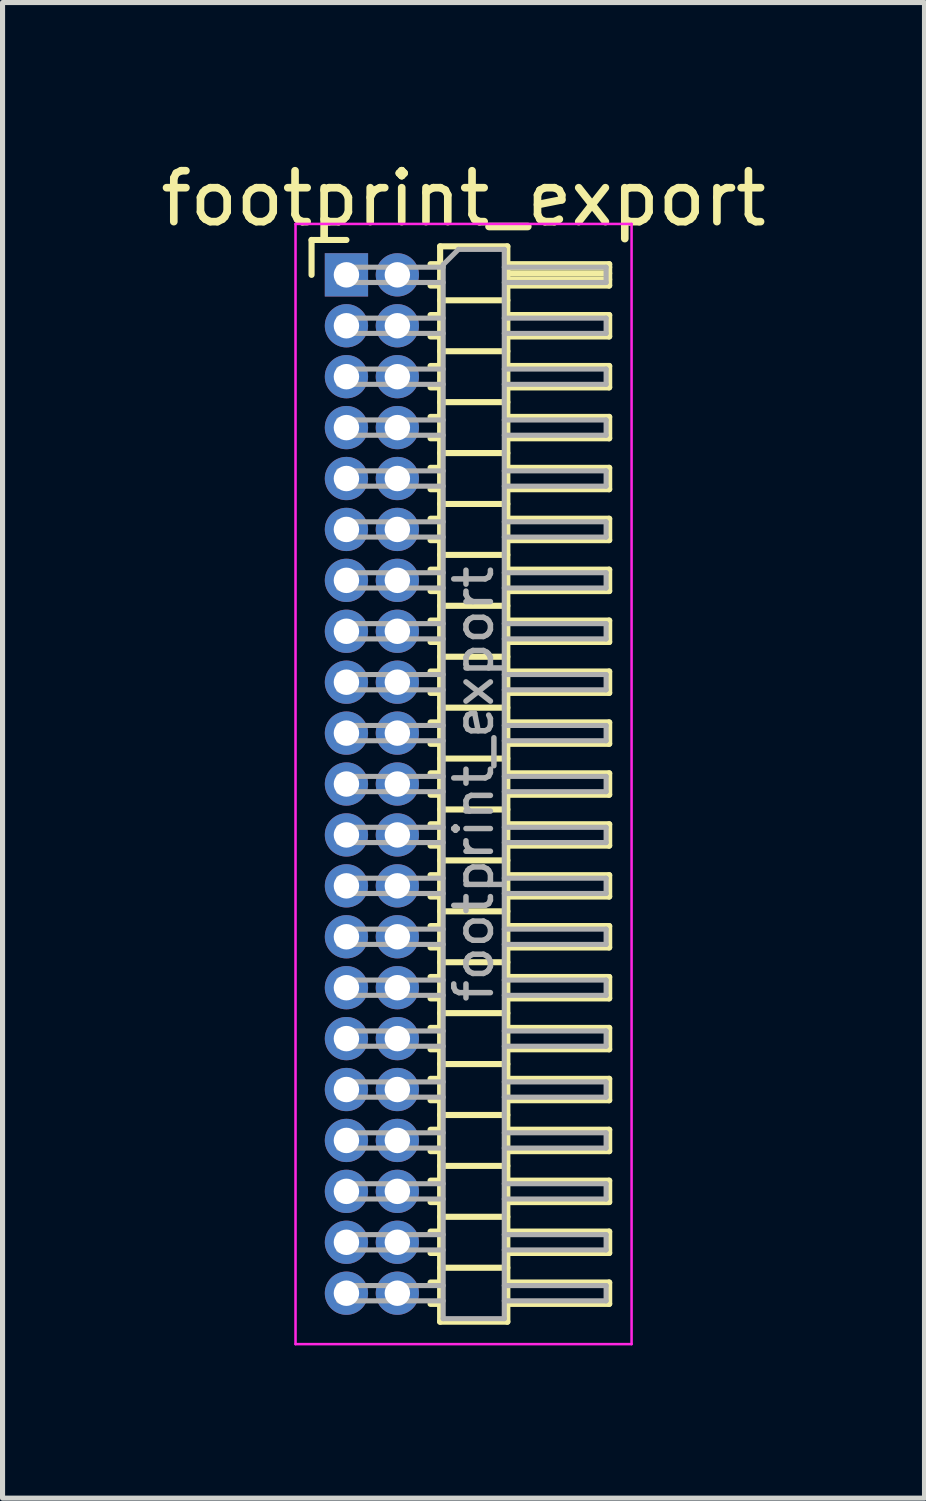
<source format=kicad_pcb>
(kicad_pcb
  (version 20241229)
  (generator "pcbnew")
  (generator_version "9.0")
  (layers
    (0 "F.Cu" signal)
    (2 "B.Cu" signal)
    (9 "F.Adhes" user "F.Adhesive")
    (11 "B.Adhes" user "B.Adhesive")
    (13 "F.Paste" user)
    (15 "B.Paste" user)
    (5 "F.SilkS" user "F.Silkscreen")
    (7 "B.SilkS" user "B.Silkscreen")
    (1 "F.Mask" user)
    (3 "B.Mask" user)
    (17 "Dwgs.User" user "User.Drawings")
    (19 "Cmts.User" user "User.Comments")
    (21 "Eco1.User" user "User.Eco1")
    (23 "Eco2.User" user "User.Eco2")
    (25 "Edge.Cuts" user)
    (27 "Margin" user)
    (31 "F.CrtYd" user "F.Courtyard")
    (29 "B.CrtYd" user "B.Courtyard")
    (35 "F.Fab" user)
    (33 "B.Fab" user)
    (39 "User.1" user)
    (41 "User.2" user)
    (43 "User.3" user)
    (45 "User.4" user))
  (footprint "footprint_export"
    (layer "F.Cu")
    (at 3.754 2.348)
    (property "Reference" "footprint_export" (at 2.3 -1.5 0) (layer "F.SilkS") (effects (font (size 1 1) (thickness 0.15))))
    (attr through_hole)
    (fp_line (start -0.685 -0.685) (end 0 -0.685) (stroke (width 0.12) (type solid)) (layer "F.SilkS"))
    (fp_line (start -0.685 0) (end -0.685 -0.685) (stroke (width 0.12) (type solid)) (layer "F.SilkS"))
    (fp_line (start 1.652 -0.21) (end 1.84 -0.21) (stroke (width 0.12) (type solid)) (layer "F.SilkS"))
    (fp_line (start 1.652 0.21) (end 1.84 0.21) (stroke (width 0.12) (type solid)) (layer "F.SilkS"))
    (fp_line (start 1.652 0.79) (end 1.84 0.79) (stroke (width 0.12) (type solid)) (layer "F.SilkS"))
    (fp_line (start 1.652 1.21) (end 1.84 1.21) (stroke (width 0.12) (type solid)) (layer "F.SilkS"))
    (fp_line (start 1.652 1.79) (end 1.84 1.79) (stroke (width 0.12) (type solid)) (layer "F.SilkS"))
    (fp_line (start 1.652 2.21) (end 1.84 2.21) (stroke (width 0.12) (type solid)) (layer "F.SilkS"))
    (fp_line (start 1.652 2.79) (end 1.84 2.79) (stroke (width 0.12) (type solid)) (layer "F.SilkS"))
    (fp_line (start 1.652 3.21) (end 1.84 3.21) (stroke (width 0.12) (type solid)) (layer "F.SilkS"))
    (fp_line (start 1.652 3.79) (end 1.84 3.79) (stroke (width 0.12) (type solid)) (layer "F.SilkS"))
    (fp_line (start 1.652 4.21) (end 1.84 4.21) (stroke (width 0.12) (type solid)) (layer "F.SilkS"))
    (fp_line (start 1.652 4.79) (end 1.84 4.79) (stroke (width 0.12) (type solid)) (layer "F.SilkS"))
    (fp_line (start 1.652 5.21) (end 1.84 5.21) (stroke (width 0.12) (type solid)) (layer "F.SilkS"))
    (fp_line (start 1.652 5.79) (end 1.84 5.79) (stroke (width 0.12) (type solid)) (layer "F.SilkS"))
    (fp_line (start 1.652 6.21) (end 1.84 6.21) (stroke (width 0.12) (type solid)) (layer "F.SilkS"))
    (fp_line (start 1.652 6.79) (end 1.84 6.79) (stroke (width 0.12) (type solid)) (layer "F.SilkS"))
    (fp_line (start 1.652 7.21) (end 1.84 7.21) (stroke (width 0.12) (type solid)) (layer "F.SilkS"))
    (fp_line (start 1.652 7.79) (end 1.84 7.79) (stroke (width 0.12) (type solid)) (layer "F.SilkS"))
    (fp_line (start 1.652 8.21) (end 1.84 8.21) (stroke (width 0.12) (type solid)) (layer "F.SilkS"))
    (fp_line (start 1.652 8.79) (end 1.84 8.79) (stroke (width 0.12) (type solid)) (layer "F.SilkS"))
    (fp_line (start 1.652 9.21) (end 1.84 9.21) (stroke (width 0.12) (type solid)) (layer "F.SilkS"))
    (fp_line (start 1.652 9.79) (end 1.84 9.79) (stroke (width 0.12) (type solid)) (layer "F.SilkS"))
    (fp_line (start 1.652 10.21) (end 1.84 10.21) (stroke (width 0.12) (type solid)) (layer "F.SilkS"))
    (fp_line (start 1.652 10.79) (end 1.84 10.79) (stroke (width 0.12) (type solid)) (layer "F.SilkS"))
    (fp_line (start 1.652 11.21) (end 1.84 11.21) (stroke (width 0.12) (type solid)) (layer "F.SilkS"))
    (fp_line (start 1.652 11.79) (end 1.84 11.79) (stroke (width 0.12) (type solid)) (layer "F.SilkS"))
    (fp_line (start 1.652 12.21) (end 1.84 12.21) (stroke (width 0.12) (type solid)) (layer "F.SilkS"))
    (fp_line (start 1.652 12.79) (end 1.84 12.79) (stroke (width 0.12) (type solid)) (layer "F.SilkS"))
    (fp_line (start 1.652 13.21) (end 1.84 13.21) (stroke (width 0.12) (type solid)) (layer "F.SilkS"))
    (fp_line (start 1.652 13.79) (end 1.84 13.79) (stroke (width 0.12) (type solid)) (layer "F.SilkS"))
    (fp_line (start 1.652 14.21) (end 1.84 14.21) (stroke (width 0.12) (type solid)) (layer "F.SilkS"))
    (fp_line (start 1.652 14.79) (end 1.84 14.79) (stroke (width 0.12) (type solid)) (layer "F.SilkS"))
    (fp_line (start 1.652 15.21) (end 1.84 15.21) (stroke (width 0.12) (type solid)) (layer "F.SilkS"))
    (fp_line (start 1.652 15.79) (end 1.84 15.79) (stroke (width 0.12) (type solid)) (layer "F.SilkS"))
    (fp_line (start 1.652 16.21) (end 1.84 16.21) (stroke (width 0.12) (type solid)) (layer "F.SilkS"))
    (fp_line (start 1.652 16.79) (end 1.84 16.79) (stroke (width 0.12) (type solid)) (layer "F.SilkS"))
    (fp_line (start 1.652 17.21) (end 1.84 17.21) (stroke (width 0.12) (type solid)) (layer "F.SilkS"))
    (fp_line (start 1.652 17.79) (end 1.84 17.79) (stroke (width 0.12) (type solid)) (layer "F.SilkS"))
    (fp_line (start 1.652 18.21) (end 1.84 18.21) (stroke (width 0.12) (type solid)) (layer "F.SilkS"))
    (fp_line (start 1.652 18.79) (end 1.84 18.79) (stroke (width 0.12) (type solid)) (layer "F.SilkS"))
    (fp_line (start 1.652 19.21) (end 1.84 19.21) (stroke (width 0.12) (type solid)) (layer "F.SilkS"))
    (fp_line (start 1.652 19.79) (end 1.84 19.79) (stroke (width 0.12) (type solid)) (layer "F.SilkS"))
    (fp_line (start 1.652 20.21) (end 1.84 20.21) (stroke (width 0.12) (type solid)) (layer "F.SilkS"))
    (fp_line (start 1.84 -0.56) (end 1.84 20.56) (stroke (width 0.12) (type solid)) (layer "F.SilkS"))
    (fp_line (start 1.84 0.5) (end 3.16 0.5) (stroke (width 0.12) (type solid)) (layer "F.SilkS"))
    (fp_line (start 1.84 1.5) (end 3.16 1.5) (stroke (width 0.12) (type solid)) (layer "F.SilkS"))
    (fp_line (start 1.84 2.5) (end 3.16 2.5) (stroke (width 0.12) (type solid)) (layer "F.SilkS"))
    (fp_line (start 1.84 3.5) (end 3.16 3.5) (stroke (width 0.12) (type solid)) (layer "F.SilkS"))
    (fp_line (start 1.84 4.5) (end 3.16 4.5) (stroke (width 0.12) (type solid)) (layer "F.SilkS"))
    (fp_line (start 1.84 5.5) (end 3.16 5.5) (stroke (width 0.12) (type solid)) (layer "F.SilkS"))
    (fp_line (start 1.84 6.5) (end 3.16 6.5) (stroke (width 0.12) (type solid)) (layer "F.SilkS"))
    (fp_line (start 1.84 7.5) (end 3.16 7.5) (stroke (width 0.12) (type solid)) (layer "F.SilkS"))
    (fp_line (start 1.84 8.5) (end 3.16 8.5) (stroke (width 0.12) (type solid)) (layer "F.SilkS"))
    (fp_line (start 1.84 9.5) (end 3.16 9.5) (stroke (width 0.12) (type solid)) (layer "F.SilkS"))
    (fp_line (start 1.84 10.5) (end 3.16 10.5) (stroke (width 0.12) (type solid)) (layer "F.SilkS"))
    (fp_line (start 1.84 11.5) (end 3.16 11.5) (stroke (width 0.12) (type solid)) (layer "F.SilkS"))
    (fp_line (start 1.84 12.5) (end 3.16 12.5) (stroke (width 0.12) (type solid)) (layer "F.SilkS"))
    (fp_line (start 1.84 13.5) (end 3.16 13.5) (stroke (width 0.12) (type solid)) (layer "F.SilkS"))
    (fp_line (start 1.84 14.5) (end 3.16 14.5) (stroke (width 0.12) (type solid)) (layer "F.SilkS"))
    (fp_line (start 1.84 15.5) (end 3.16 15.5) (stroke (width 0.12) (type solid)) (layer "F.SilkS"))
    (fp_line (start 1.84 16.5) (end 3.16 16.5) (stroke (width 0.12) (type solid)) (layer "F.SilkS"))
    (fp_line (start 1.84 17.5) (end 3.16 17.5) (stroke (width 0.12) (type solid)) (layer "F.SilkS"))
    (fp_line (start 1.84 18.5) (end 3.16 18.5) (stroke (width 0.12) (type solid)) (layer "F.SilkS"))
    (fp_line (start 1.84 19.5) (end 3.16 19.5) (stroke (width 0.12) (type solid)) (layer "F.SilkS"))
    (fp_line (start 1.84 20.56) (end 3.16 20.56) (stroke (width 0.12) (type solid)) (layer "F.SilkS"))
    (fp_line (start 3.16 -0.56) (end 1.84 -0.56) (stroke (width 0.12) (type solid)) (layer "F.SilkS"))
    (fp_line (start 3.16 -0.21) (end 5.16 -0.21) (stroke (width 0.12) (type solid)) (layer "F.SilkS"))
    (fp_line (start 3.16 -0.15) (end 5.16 -0.15) (stroke (width 0.12) (type solid)) (layer "F.SilkS"))
    (fp_line (start 3.16 -0.03) (end 5.16 -0.03) (stroke (width 0.12) (type solid)) (layer "F.SilkS"))
    (fp_line (start 3.16 0.09) (end 5.16 0.09) (stroke (width 0.12) (type solid)) (layer "F.SilkS"))
    (fp_line (start 3.16 0.79) (end 5.16 0.79) (stroke (width 0.12) (type solid)) (layer "F.SilkS"))
    (fp_line (start 3.16 1.79) (end 5.16 1.79) (stroke (width 0.12) (type solid)) (layer "F.SilkS"))
    (fp_line (start 3.16 2.79) (end 5.16 2.79) (stroke (width 0.12) (type solid)) (layer "F.SilkS"))
    (fp_line (start 3.16 3.79) (end 5.16 3.79) (stroke (width 0.12) (type solid)) (layer "F.SilkS"))
    (fp_line (start 3.16 4.79) (end 5.16 4.79) (stroke (width 0.12) (type solid)) (layer "F.SilkS"))
    (fp_line (start 3.16 5.79) (end 5.16 5.79) (stroke (width 0.12) (type solid)) (layer "F.SilkS"))
    (fp_line (start 3.16 6.79) (end 5.16 6.79) (stroke (width 0.12) (type solid)) (layer "F.SilkS"))
    (fp_line (start 3.16 7.79) (end 5.16 7.79) (stroke (width 0.12) (type solid)) (layer "F.SilkS"))
    (fp_line (start 3.16 8.79) (end 5.16 8.79) (stroke (width 0.12) (type solid)) (layer "F.SilkS"))
    (fp_line (start 3.16 9.79) (end 5.16 9.79) (stroke (width 0.12) (type solid)) (layer "F.SilkS"))
    (fp_line (start 3.16 10.79) (end 5.16 10.79) (stroke (width 0.12) (type solid)) (layer "F.SilkS"))
    (fp_line (start 3.16 11.79) (end 5.16 11.79) (stroke (width 0.12) (type solid)) (layer "F.SilkS"))
    (fp_line (start 3.16 12.79) (end 5.16 12.79) (stroke (width 0.12) (type solid)) (layer "F.SilkS"))
    (fp_line (start 3.16 13.79) (end 5.16 13.79) (stroke (width 0.12) (type solid)) (layer "F.SilkS"))
    (fp_line (start 3.16 14.79) (end 5.16 14.79) (stroke (width 0.12) (type solid)) (layer "F.SilkS"))
    (fp_line (start 3.16 15.79) (end 5.16 15.79) (stroke (width 0.12) (type solid)) (layer "F.SilkS"))
    (fp_line (start 3.16 16.79) (end 5.16 16.79) (stroke (width 0.12) (type solid)) (layer "F.SilkS"))
    (fp_line (start 3.16 17.79) (end 5.16 17.79) (stroke (width 0.12) (type solid)) (layer "F.SilkS"))
    (fp_line (start 3.16 18.79) (end 5.16 18.79) (stroke (width 0.12) (type solid)) (layer "F.SilkS"))
    (fp_line (start 3.16 19.79) (end 5.16 19.79) (stroke (width 0.12) (type solid)) (layer "F.SilkS"))
    (fp_line (start 3.16 20.56) (end 3.16 -0.56) (stroke (width 0.12) (type solid)) (layer "F.SilkS"))
    (fp_line (start 5.16 -0.21) (end 5.16 0.21) (stroke (width 0.12) (type solid)) (layer "F.SilkS"))
    (fp_line (start 5.16 0.21) (end 3.16 0.21) (stroke (width 0.12) (type solid)) (layer "F.SilkS"))
    (fp_line (start 5.16 0.79) (end 5.16 1.21) (stroke (width 0.12) (type solid)) (layer "F.SilkS"))
    (fp_line (start 5.16 1.21) (end 3.16 1.21) (stroke (width 0.12) (type solid)) (layer "F.SilkS"))
    (fp_line (start 5.16 1.79) (end 5.16 2.21) (stroke (width 0.12) (type solid)) (layer "F.SilkS"))
    (fp_line (start 5.16 2.21) (end 3.16 2.21) (stroke (width 0.12) (type solid)) (layer "F.SilkS"))
    (fp_line (start 5.16 2.79) (end 5.16 3.21) (stroke (width 0.12) (type solid)) (layer "F.SilkS"))
    (fp_line (start 5.16 3.21) (end 3.16 3.21) (stroke (width 0.12) (type solid)) (layer "F.SilkS"))
    (fp_line (start 5.16 3.79) (end 5.16 4.21) (stroke (width 0.12) (type solid)) (layer "F.SilkS"))
    (fp_line (start 5.16 4.21) (end 3.16 4.21) (stroke (width 0.12) (type solid)) (layer "F.SilkS"))
    (fp_line (start 5.16 4.79) (end 5.16 5.21) (stroke (width 0.12) (type solid)) (layer "F.SilkS"))
    (fp_line (start 5.16 5.21) (end 3.16 5.21) (stroke (width 0.12) (type solid)) (layer "F.SilkS"))
    (fp_line (start 5.16 5.79) (end 5.16 6.21) (stroke (width 0.12) (type solid)) (layer "F.SilkS"))
    (fp_line (start 5.16 6.21) (end 3.16 6.21) (stroke (width 0.12) (type solid)) (layer "F.SilkS"))
    (fp_line (start 5.16 6.79) (end 5.16 7.21) (stroke (width 0.12) (type solid)) (layer "F.SilkS"))
    (fp_line (start 5.16 7.21) (end 3.16 7.21) (stroke (width 0.12) (type solid)) (layer "F.SilkS"))
    (fp_line (start 5.16 7.79) (end 5.16 8.21) (stroke (width 0.12) (type solid)) (layer "F.SilkS"))
    (fp_line (start 5.16 8.21) (end 3.16 8.21) (stroke (width 0.12) (type solid)) (layer "F.SilkS"))
    (fp_line (start 5.16 8.79) (end 5.16 9.21) (stroke (width 0.12) (type solid)) (layer "F.SilkS"))
    (fp_line (start 5.16 9.21) (end 3.16 9.21) (stroke (width 0.12) (type solid)) (layer "F.SilkS"))
    (fp_line (start 5.16 9.79) (end 5.16 10.21) (stroke (width 0.12) (type solid)) (layer "F.SilkS"))
    (fp_line (start 5.16 10.21) (end 3.16 10.21) (stroke (width 0.12) (type solid)) (layer "F.SilkS"))
    (fp_line (start 5.16 10.79) (end 5.16 11.21) (stroke (width 0.12) (type solid)) (layer "F.SilkS"))
    (fp_line (start 5.16 11.21) (end 3.16 11.21) (stroke (width 0.12) (type solid)) (layer "F.SilkS"))
    (fp_line (start 5.16 11.79) (end 5.16 12.21) (stroke (width 0.12) (type solid)) (layer "F.SilkS"))
    (fp_line (start 5.16 12.21) (end 3.16 12.21) (stroke (width 0.12) (type solid)) (layer "F.SilkS"))
    (fp_line (start 5.16 12.79) (end 5.16 13.21) (stroke (width 0.12) (type solid)) (layer "F.SilkS"))
    (fp_line (start 5.16 13.21) (end 3.16 13.21) (stroke (width 0.12) (type solid)) (layer "F.SilkS"))
    (fp_line (start 5.16 13.79) (end 5.16 14.21) (stroke (width 0.12) (type solid)) (layer "F.SilkS"))
    (fp_line (start 5.16 14.21) (end 3.16 14.21) (stroke (width 0.12) (type solid)) (layer "F.SilkS"))
    (fp_line (start 5.16 14.79) (end 5.16 15.21) (stroke (width 0.12) (type solid)) (layer "F.SilkS"))
    (fp_line (start 5.16 15.21) (end 3.16 15.21) (stroke (width 0.12) (type solid)) (layer "F.SilkS"))
    (fp_line (start 5.16 15.79) (end 5.16 16.21) (stroke (width 0.12) (type solid)) (layer "F.SilkS"))
    (fp_line (start 5.16 16.21) (end 3.16 16.21) (stroke (width 0.12) (type solid)) (layer "F.SilkS"))
    (fp_line (start 5.16 16.79) (end 5.16 17.21) (stroke (width 0.12) (type solid)) (layer "F.SilkS"))
    (fp_line (start 5.16 17.21) (end 3.16 17.21) (stroke (width 0.12) (type solid)) (layer "F.SilkS"))
    (fp_line (start 5.16 17.79) (end 5.16 18.21) (stroke (width 0.12) (type solid)) (layer "F.SilkS"))
    (fp_line (start 5.16 18.21) (end 3.16 18.21) (stroke (width 0.12) (type solid)) (layer "F.SilkS"))
    (fp_line (start 5.16 18.79) (end 5.16 19.21) (stroke (width 0.12) (type solid)) (layer "F.SilkS"))
    (fp_line (start 5.16 19.21) (end 3.16 19.21) (stroke (width 0.12) (type solid)) (layer "F.SilkS"))
    (fp_line (start 5.16 19.79) (end 5.16 20.21) (stroke (width 0.12) (type solid)) (layer "F.SilkS"))
    (fp_line (start 5.16 20.21) (end 3.16 20.21) (stroke (width 0.12) (type solid)) (layer "F.SilkS"))
    (fp_line (start -1 -1) (end -1 21) (stroke (width 0.05) (type solid)) (layer "F.CrtYd"))
    (fp_line (start -1 21) (end 5.6 21) (stroke (width 0.05) (type solid)) (layer "F.CrtYd"))
    (fp_line (start 5.6 -1) (end -1 -1) (stroke (width 0.05) (type solid)) (layer "F.CrtYd"))
    (fp_line (start 5.6 21) (end 5.6 -1) (stroke (width 0.05) (type solid)) (layer "F.CrtYd"))
    (fp_line (start -0.15 -0.15) (end -0.15 0.15) (stroke (width 0.1) (type solid)) (layer "F.Fab"))
    (fp_line (start -0.15 -0.15) (end 1.9 -0.15) (stroke (width 0.1) (type solid)) (layer "F.Fab"))
    (fp_line (start -0.15 0.15) (end 1.9 0.15) (stroke (width 0.1) (type solid)) (layer "F.Fab"))
    (fp_line (start -0.15 0.85) (end -0.15 1.15) (stroke (width 0.1) (type solid)) (layer "F.Fab"))
    (fp_line (start -0.15 0.85) (end 1.9 0.85) (stroke (width 0.1) (type solid)) (layer "F.Fab"))
    (fp_line (start -0.15 1.15) (end 1.9 1.15) (stroke (width 0.1) (type solid)) (layer "F.Fab"))
    (fp_line (start -0.15 1.85) (end -0.15 2.15) (stroke (width 0.1) (type solid)) (layer "F.Fab"))
    (fp_line (start -0.15 1.85) (end 1.9 1.85) (stroke (width 0.1) (type solid)) (layer "F.Fab"))
    (fp_line (start -0.15 2.15) (end 1.9 2.15) (stroke (width 0.1) (type solid)) (layer "F.Fab"))
    (fp_line (start -0.15 2.85) (end -0.15 3.15) (stroke (width 0.1) (type solid)) (layer "F.Fab"))
    (fp_line (start -0.15 2.85) (end 1.9 2.85) (stroke (width 0.1) (type solid)) (layer "F.Fab"))
    (fp_line (start -0.15 3.15) (end 1.9 3.15) (stroke (width 0.1) (type solid)) (layer "F.Fab"))
    (fp_line (start -0.15 3.85) (end -0.15 4.15) (stroke (width 0.1) (type solid)) (layer "F.Fab"))
    (fp_line (start -0.15 3.85) (end 1.9 3.85) (stroke (width 0.1) (type solid)) (layer "F.Fab"))
    (fp_line (start -0.15 4.15) (end 1.9 4.15) (stroke (width 0.1) (type solid)) (layer "F.Fab"))
    (fp_line (start -0.15 4.85) (end -0.15 5.15) (stroke (width 0.1) (type solid)) (layer "F.Fab"))
    (fp_line (start -0.15 4.85) (end 1.9 4.85) (stroke (width 0.1) (type solid)) (layer "F.Fab"))
    (fp_line (start -0.15 5.15) (end 1.9 5.15) (stroke (width 0.1) (type solid)) (layer "F.Fab"))
    (fp_line (start -0.15 5.85) (end -0.15 6.15) (stroke (width 0.1) (type solid)) (layer "F.Fab"))
    (fp_line (start -0.15 5.85) (end 1.9 5.85) (stroke (width 0.1) (type solid)) (layer "F.Fab"))
    (fp_line (start -0.15 6.15) (end 1.9 6.15) (stroke (width 0.1) (type solid)) (layer "F.Fab"))
    (fp_line (start -0.15 6.85) (end -0.15 7.15) (stroke (width 0.1) (type solid)) (layer "F.Fab"))
    (fp_line (start -0.15 6.85) (end 1.9 6.85) (stroke (width 0.1) (type solid)) (layer "F.Fab"))
    (fp_line (start -0.15 7.15) (end 1.9 7.15) (stroke (width 0.1) (type solid)) (layer "F.Fab"))
    (fp_line (start -0.15 7.85) (end -0.15 8.15) (stroke (width 0.1) (type solid)) (layer "F.Fab"))
    (fp_line (start -0.15 7.85) (end 1.9 7.85) (stroke (width 0.1) (type solid)) (layer "F.Fab"))
    (fp_line (start -0.15 8.15) (end 1.9 8.15) (stroke (width 0.1) (type solid)) (layer "F.Fab"))
    (fp_line (start -0.15 8.85) (end -0.15 9.15) (stroke (width 0.1) (type solid)) (layer "F.Fab"))
    (fp_line (start -0.15 8.85) (end 1.9 8.85) (stroke (width 0.1) (type solid)) (layer "F.Fab"))
    (fp_line (start -0.15 9.15) (end 1.9 9.15) (stroke (width 0.1) (type solid)) (layer "F.Fab"))
    (fp_line (start -0.15 9.85) (end -0.15 10.15) (stroke (width 0.1) (type solid)) (layer "F.Fab"))
    (fp_line (start -0.15 9.85) (end 1.9 9.85) (stroke (width 0.1) (type solid)) (layer "F.Fab"))
    (fp_line (start -0.15 10.15) (end 1.9 10.15) (stroke (width 0.1) (type solid)) (layer "F.Fab"))
    (fp_line (start -0.15 10.85) (end -0.15 11.15) (stroke (width 0.1) (type solid)) (layer "F.Fab"))
    (fp_line (start -0.15 10.85) (end 1.9 10.85) (stroke (width 0.1) (type solid)) (layer "F.Fab"))
    (fp_line (start -0.15 11.15) (end 1.9 11.15) (stroke (width 0.1) (type solid)) (layer "F.Fab"))
    (fp_line (start -0.15 11.85) (end -0.15 12.15) (stroke (width 0.1) (type solid)) (layer "F.Fab"))
    (fp_line (start -0.15 11.85) (end 1.9 11.85) (stroke (width 0.1) (type solid)) (layer "F.Fab"))
    (fp_line (start -0.15 12.15) (end 1.9 12.15) (stroke (width 0.1) (type solid)) (layer "F.Fab"))
    (fp_line (start -0.15 12.85) (end -0.15 13.15) (stroke (width 0.1) (type solid)) (layer "F.Fab"))
    (fp_line (start -0.15 12.85) (end 1.9 12.85) (stroke (width 0.1) (type solid)) (layer "F.Fab"))
    (fp_line (start -0.15 13.15) (end 1.9 13.15) (stroke (width 0.1) (type solid)) (layer "F.Fab"))
    (fp_line (start -0.15 13.85) (end -0.15 14.15) (stroke (width 0.1) (type solid)) (layer "F.Fab"))
    (fp_line (start -0.15 13.85) (end 1.9 13.85) (stroke (width 0.1) (type solid)) (layer "F.Fab"))
    (fp_line (start -0.15 14.15) (end 1.9 14.15) (stroke (width 0.1) (type solid)) (layer "F.Fab"))
    (fp_line (start -0.15 14.85) (end -0.15 15.15) (stroke (width 0.1) (type solid)) (layer "F.Fab"))
    (fp_line (start -0.15 14.85) (end 1.9 14.85) (stroke (width 0.1) (type solid)) (layer "F.Fab"))
    (fp_line (start -0.15 15.15) (end 1.9 15.15) (stroke (width 0.1) (type solid)) (layer "F.Fab"))
    (fp_line (start -0.15 15.85) (end -0.15 16.15) (stroke (width 0.1) (type solid)) (layer "F.Fab"))
    (fp_line (start -0.15 15.85) (end 1.9 15.85) (stroke (width 0.1) (type solid)) (layer "F.Fab"))
    (fp_line (start -0.15 16.15) (end 1.9 16.15) (stroke (width 0.1) (type solid)) (layer "F.Fab"))
    (fp_line (start -0.15 16.85) (end -0.15 17.15) (stroke (width 0.1) (type solid)) (layer "F.Fab"))
    (fp_line (start -0.15 16.85) (end 1.9 16.85) (stroke (width 0.1) (type solid)) (layer "F.Fab"))
    (fp_line (start -0.15 17.15) (end 1.9 17.15) (stroke (width 0.1) (type solid)) (layer "F.Fab"))
    (fp_line (start -0.15 17.85) (end -0.15 18.15) (stroke (width 0.1) (type solid)) (layer "F.Fab"))
    (fp_line (start -0.15 17.85) (end 1.9 17.85) (stroke (width 0.1) (type solid)) (layer "F.Fab"))
    (fp_line (start -0.15 18.15) (end 1.9 18.15) (stroke (width 0.1) (type solid)) (layer "F.Fab"))
    (fp_line (start -0.15 18.85) (end -0.15 19.15) (stroke (width 0.1) (type solid)) (layer "F.Fab"))
    (fp_line (start -0.15 18.85) (end 1.9 18.85) (stroke (width 0.1) (type solid)) (layer "F.Fab"))
    (fp_line (start -0.15 19.15) (end 1.9 19.15) (stroke (width 0.1) (type solid)) (layer "F.Fab"))
    (fp_line (start -0.15 19.85) (end -0.15 20.15) (stroke (width 0.1) (type solid)) (layer "F.Fab"))
    (fp_line (start -0.15 19.85) (end 1.9 19.85) (stroke (width 0.1) (type solid)) (layer "F.Fab"))
    (fp_line (start -0.15 20.15) (end 1.9 20.15) (stroke (width 0.1) (type solid)) (layer "F.Fab"))
    (fp_line (start 1.9 -0.2) (end 2.2 -0.5) (stroke (width 0.1) (type solid)) (layer "F.Fab"))
    (fp_line (start 1.9 20.5) (end 1.9 -0.2) (stroke (width 0.1) (type solid)) (layer "F.Fab"))
    (fp_line (start 2.2 -0.5) (end 3.1 -0.5) (stroke (width 0.1) (type solid)) (layer "F.Fab"))
    (fp_line (start 3.1 -0.5) (end 3.1 20.5) (stroke (width 0.1) (type solid)) (layer "F.Fab"))
    (fp_line (start 3.1 -0.15) (end 5.1 -0.15) (stroke (width 0.1) (type solid)) (layer "F.Fab"))
    (fp_line (start 3.1 0.15) (end 5.1 0.15) (stroke (width 0.1) (type solid)) (layer "F.Fab"))
    (fp_line (start 3.1 0.85) (end 5.1 0.85) (stroke (width 0.1) (type solid)) (layer "F.Fab"))
    (fp_line (start 3.1 1.15) (end 5.1 1.15) (stroke (width 0.1) (type solid)) (layer "F.Fab"))
    (fp_line (start 3.1 1.85) (end 5.1 1.85) (stroke (width 0.1) (type solid)) (layer "F.Fab"))
    (fp_line (start 3.1 2.15) (end 5.1 2.15) (stroke (width 0.1) (type solid)) (layer "F.Fab"))
    (fp_line (start 3.1 2.85) (end 5.1 2.85) (stroke (width 0.1) (type solid)) (layer "F.Fab"))
    (fp_line (start 3.1 3.15) (end 5.1 3.15) (stroke (width 0.1) (type solid)) (layer "F.Fab"))
    (fp_line (start 3.1 3.85) (end 5.1 3.85) (stroke (width 0.1) (type solid)) (layer "F.Fab"))
    (fp_line (start 3.1 4.15) (end 5.1 4.15) (stroke (width 0.1) (type solid)) (layer "F.Fab"))
    (fp_line (start 3.1 4.85) (end 5.1 4.85) (stroke (width 0.1) (type solid)) (layer "F.Fab"))
    (fp_line (start 3.1 5.15) (end 5.1 5.15) (stroke (width 0.1) (type solid)) (layer "F.Fab"))
    (fp_line (start 3.1 5.85) (end 5.1 5.85) (stroke (width 0.1) (type solid)) (layer "F.Fab"))
    (fp_line (start 3.1 6.15) (end 5.1 6.15) (stroke (width 0.1) (type solid)) (layer "F.Fab"))
    (fp_line (start 3.1 6.85) (end 5.1 6.85) (stroke (width 0.1) (type solid)) (layer "F.Fab"))
    (fp_line (start 3.1 7.15) (end 5.1 7.15) (stroke (width 0.1) (type solid)) (layer "F.Fab"))
    (fp_line (start 3.1 7.85) (end 5.1 7.85) (stroke (width 0.1) (type solid)) (layer "F.Fab"))
    (fp_line (start 3.1 8.15) (end 5.1 8.15) (stroke (width 0.1) (type solid)) (layer "F.Fab"))
    (fp_line (start 3.1 8.85) (end 5.1 8.85) (stroke (width 0.1) (type solid)) (layer "F.Fab"))
    (fp_line (start 3.1 9.15) (end 5.1 9.15) (stroke (width 0.1) (type solid)) (layer "F.Fab"))
    (fp_line (start 3.1 9.85) (end 5.1 9.85) (stroke (width 0.1) (type solid)) (layer "F.Fab"))
    (fp_line (start 3.1 10.15) (end 5.1 10.15) (stroke (width 0.1) (type solid)) (layer "F.Fab"))
    (fp_line (start 3.1 10.85) (end 5.1 10.85) (stroke (width 0.1) (type solid)) (layer "F.Fab"))
    (fp_line (start 3.1 11.15) (end 5.1 11.15) (stroke (width 0.1) (type solid)) (layer "F.Fab"))
    (fp_line (start 3.1 11.85) (end 5.1 11.85) (stroke (width 0.1) (type solid)) (layer "F.Fab"))
    (fp_line (start 3.1 12.15) (end 5.1 12.15) (stroke (width 0.1) (type solid)) (layer "F.Fab"))
    (fp_line (start 3.1 12.85) (end 5.1 12.85) (stroke (width 0.1) (type solid)) (layer "F.Fab"))
    (fp_line (start 3.1 13.15) (end 5.1 13.15) (stroke (width 0.1) (type solid)) (layer "F.Fab"))
    (fp_line (start 3.1 13.85) (end 5.1 13.85) (stroke (width 0.1) (type solid)) (layer "F.Fab"))
    (fp_line (start 3.1 14.15) (end 5.1 14.15) (stroke (width 0.1) (type solid)) (layer "F.Fab"))
    (fp_line (start 3.1 14.85) (end 5.1 14.85) (stroke (width 0.1) (type solid)) (layer "F.Fab"))
    (fp_line (start 3.1 15.15) (end 5.1 15.15) (stroke (width 0.1) (type solid)) (layer "F.Fab"))
    (fp_line (start 3.1 15.85) (end 5.1 15.85) (stroke (width 0.1) (type solid)) (layer "F.Fab"))
    (fp_line (start 3.1 16.15) (end 5.1 16.15) (stroke (width 0.1) (type solid)) (layer "F.Fab"))
    (fp_line (start 3.1 16.85) (end 5.1 16.85) (stroke (width 0.1) (type solid)) (layer "F.Fab"))
    (fp_line (start 3.1 17.15) (end 5.1 17.15) (stroke (width 0.1) (type solid)) (layer "F.Fab"))
    (fp_line (start 3.1 17.85) (end 5.1 17.85) (stroke (width 0.1) (type solid)) (layer "F.Fab"))
    (fp_line (start 3.1 18.15) (end 5.1 18.15) (stroke (width 0.1) (type solid)) (layer "F.Fab"))
    (fp_line (start 3.1 18.85) (end 5.1 18.85) (stroke (width 0.1) (type solid)) (layer "F.Fab"))
    (fp_line (start 3.1 19.15) (end 5.1 19.15) (stroke (width 0.1) (type solid)) (layer "F.Fab"))
    (fp_line (start 3.1 19.85) (end 5.1 19.85) (stroke (width 0.1) (type solid)) (layer "F.Fab"))
    (fp_line (start 3.1 20.15) (end 5.1 20.15) (stroke (width 0.1) (type solid)) (layer "F.Fab"))
    (fp_line (start 3.1 20.5) (end 1.9 20.5) (stroke (width 0.1) (type solid)) (layer "F.Fab"))
    (fp_line (start 5.1 -0.15) (end 5.1 0.15) (stroke (width 0.1) (type solid)) (layer "F.Fab"))
    (fp_line (start 5.1 0.85) (end 5.1 1.15) (stroke (width 0.1) (type solid)) (layer "F.Fab"))
    (fp_line (start 5.1 1.85) (end 5.1 2.15) (stroke (width 0.1) (type solid)) (layer "F.Fab"))
    (fp_line (start 5.1 2.85) (end 5.1 3.15) (stroke (width 0.1) (type solid)) (layer "F.Fab"))
    (fp_line (start 5.1 3.85) (end 5.1 4.15) (stroke (width 0.1) (type solid)) (layer "F.Fab"))
    (fp_line (start 5.1 4.85) (end 5.1 5.15) (stroke (width 0.1) (type solid)) (layer "F.Fab"))
    (fp_line (start 5.1 5.85) (end 5.1 6.15) (stroke (width 0.1) (type solid)) (layer "F.Fab"))
    (fp_line (start 5.1 6.85) (end 5.1 7.15) (stroke (width 0.1) (type solid)) (layer "F.Fab"))
    (fp_line (start 5.1 7.85) (end 5.1 8.15) (stroke (width 0.1) (type solid)) (layer "F.Fab"))
    (fp_line (start 5.1 8.85) (end 5.1 9.15) (stroke (width 0.1) (type solid)) (layer "F.Fab"))
    (fp_line (start 5.1 9.85) (end 5.1 10.15) (stroke (width 0.1) (type solid)) (layer "F.Fab"))
    (fp_line (start 5.1 10.85) (end 5.1 11.15) (stroke (width 0.1) (type solid)) (layer "F.Fab"))
    (fp_line (start 5.1 11.85) (end 5.1 12.15) (stroke (width 0.1) (type solid)) (layer "F.Fab"))
    (fp_line (start 5.1 12.85) (end 5.1 13.15) (stroke (width 0.1) (type solid)) (layer "F.Fab"))
    (fp_line (start 5.1 13.85) (end 5.1 14.15) (stroke (width 0.1) (type solid)) (layer "F.Fab"))
    (fp_line (start 5.1 14.85) (end 5.1 15.15) (stroke (width 0.1) (type solid)) (layer "F.Fab"))
    (fp_line (start 5.1 15.85) (end 5.1 16.15) (stroke (width 0.1) (type solid)) (layer "F.Fab"))
    (fp_line (start 5.1 16.85) (end 5.1 17.15) (stroke (width 0.1) (type solid)) (layer "F.Fab"))
    (fp_line (start 5.1 17.85) (end 5.1 18.15) (stroke (width 0.1) (type solid)) (layer "F.Fab"))
    (fp_line (start 5.1 18.85) (end 5.1 19.15) (stroke (width 0.1) (type solid)) (layer "F.Fab"))
    (fp_line (start 5.1 19.85) (end 5.1 20.15) (stroke (width 0.1) (type solid)) (layer "F.Fab"))
    (fp_text user "${REFERENCE}" (at 2.5 10 90) (layer "F.Fab") (effects (font (size 0.72 0.72) (thickness 0.108))))
    (pad "1" thru_hole rect (at 0 0) (size 0.85 0.85) (drill 0.5) (layers "*.Cu" "*.Mask"))
    (pad "2" thru_hole oval (at 1 0) (size 0.85 0.85) (drill 0.5) (layers "*.Cu" "*.Mask"))
    (pad "3" thru_hole oval (at 0 1) (size 0.85 0.85) (drill 0.5) (layers "*.Cu" "*.Mask"))
    (pad "4" thru_hole oval (at 1 1) (size 0.85 0.85) (drill 0.5) (layers "*.Cu" "*.Mask"))
    (pad "5" thru_hole oval (at 0 2) (size 0.85 0.85) (drill 0.5) (layers "*.Cu" "*.Mask"))
    (pad "6" thru_hole oval (at 1 2) (size 0.85 0.85) (drill 0.5) (layers "*.Cu" "*.Mask"))
    (pad "7" thru_hole oval (at 0 3) (size 0.85 0.85) (drill 0.5) (layers "*.Cu" "*.Mask"))
    (pad "8" thru_hole oval (at 1 3) (size 0.85 0.85) (drill 0.5) (layers "*.Cu" "*.Mask"))
    (pad "9" thru_hole oval (at 0 4) (size 0.85 0.85) (drill 0.5) (layers "*.Cu" "*.Mask"))
    (pad "10" thru_hole oval (at 1 4) (size 0.85 0.85) (drill 0.5) (layers "*.Cu" "*.Mask"))
    (pad "11" thru_hole oval (at 0 5) (size 0.85 0.85) (drill 0.5) (layers "*.Cu" "*.Mask"))
    (pad "12" thru_hole oval (at 1 5) (size 0.85 0.85) (drill 0.5) (layers "*.Cu" "*.Mask"))
    (pad "13" thru_hole oval (at 0 6) (size 0.85 0.85) (drill 0.5) (layers "*.Cu" "*.Mask"))
    (pad "14" thru_hole oval (at 1 6) (size 0.85 0.85) (drill 0.5) (layers "*.Cu" "*.Mask"))
    (pad "15" thru_hole oval (at 0 7) (size 0.85 0.85) (drill 0.5) (layers "*.Cu" "*.Mask"))
    (pad "16" thru_hole oval (at 1 7) (size 0.85 0.85) (drill 0.5) (layers "*.Cu" "*.Mask"))
    (pad "17" thru_hole oval (at 0 8) (size 0.85 0.85) (drill 0.5) (layers "*.Cu" "*.Mask"))
    (pad "18" thru_hole oval (at 1 8) (size 0.85 0.85) (drill 0.5) (layers "*.Cu" "*.Mask"))
    (pad "19" thru_hole oval (at 0 9) (size 0.85 0.85) (drill 0.5) (layers "*.Cu" "*.Mask"))
    (pad "20" thru_hole oval (at 1 9) (size 0.85 0.85) (drill 0.5) (layers "*.Cu" "*.Mask"))
    (pad "21" thru_hole oval (at 0 10) (size 0.85 0.85) (drill 0.5) (layers "*.Cu" "*.Mask"))
    (pad "22" thru_hole oval (at 1 10) (size 0.85 0.85) (drill 0.5) (layers "*.Cu" "*.Mask"))
    (pad "23" thru_hole oval (at 0 11) (size 0.85 0.85) (drill 0.5) (layers "*.Cu" "*.Mask"))
    (pad "24" thru_hole oval (at 1 11) (size 0.85 0.85) (drill 0.5) (layers "*.Cu" "*.Mask"))
    (pad "25" thru_hole oval (at 0 12) (size 0.85 0.85) (drill 0.5) (layers "*.Cu" "*.Mask"))
    (pad "26" thru_hole oval (at 1 12) (size 0.85 0.85) (drill 0.5) (layers "*.Cu" "*.Mask"))
    (pad "27" thru_hole oval (at 0 13) (size 0.85 0.85) (drill 0.5) (layers "*.Cu" "*.Mask"))
    (pad "28" thru_hole oval (at 1 13) (size 0.85 0.85) (drill 0.5) (layers "*.Cu" "*.Mask"))
    (pad "29" thru_hole oval (at 0 14) (size 0.85 0.85) (drill 0.5) (layers "*.Cu" "*.Mask"))
    (pad "30" thru_hole oval (at 1 14) (size 0.85 0.85) (drill 0.5) (layers "*.Cu" "*.Mask"))
    (pad "31" thru_hole oval (at 0 15) (size 0.85 0.85) (drill 0.5) (layers "*.Cu" "*.Mask"))
    (pad "32" thru_hole oval (at 1 15) (size 0.85 0.85) (drill 0.5) (layers "*.Cu" "*.Mask"))
    (pad "33" thru_hole oval (at 0 16) (size 0.85 0.85) (drill 0.5) (layers "*.Cu" "*.Mask"))
    (pad "34" thru_hole oval (at 1 16) (size 0.85 0.85) (drill 0.5) (layers "*.Cu" "*.Mask"))
    (pad "35" thru_hole oval (at 0 17) (size 0.85 0.85) (drill 0.5) (layers "*.Cu" "*.Mask"))
    (pad "36" thru_hole oval (at 1 17) (size 0.85 0.85) (drill 0.5) (layers "*.Cu" "*.Mask"))
    (pad "37" thru_hole oval (at 0 18) (size 0.85 0.85) (drill 0.5) (layers "*.Cu" "*.Mask"))
    (pad "38" thru_hole oval (at 1 18) (size 0.85 0.85) (drill 0.5) (layers "*.Cu" "*.Mask"))
    (pad "39" thru_hole oval (at 0 19) (size 0.85 0.85) (drill 0.5) (layers "*.Cu" "*.Mask"))
    (pad "40" thru_hole oval (at 1 19) (size 0.85 0.85) (drill 0.5) (layers "*.Cu" "*.Mask"))
    (pad "41" thru_hole oval (at 0 20) (size 0.85 0.85) (drill 0.5) (layers "*.Cu" "*.Mask"))
    (pad "42" thru_hole oval (at 1 20) (size 0.85 0.85) (drill 0.5) (layers "*.Cu" "*.Mask")))
  (gr_rect
    (start -3 -3)
    (end 15.107 26.373)
    (stroke (width 0.1) (type default))
    (fill no)
    (layer "Edge.Cuts")))
</source>
